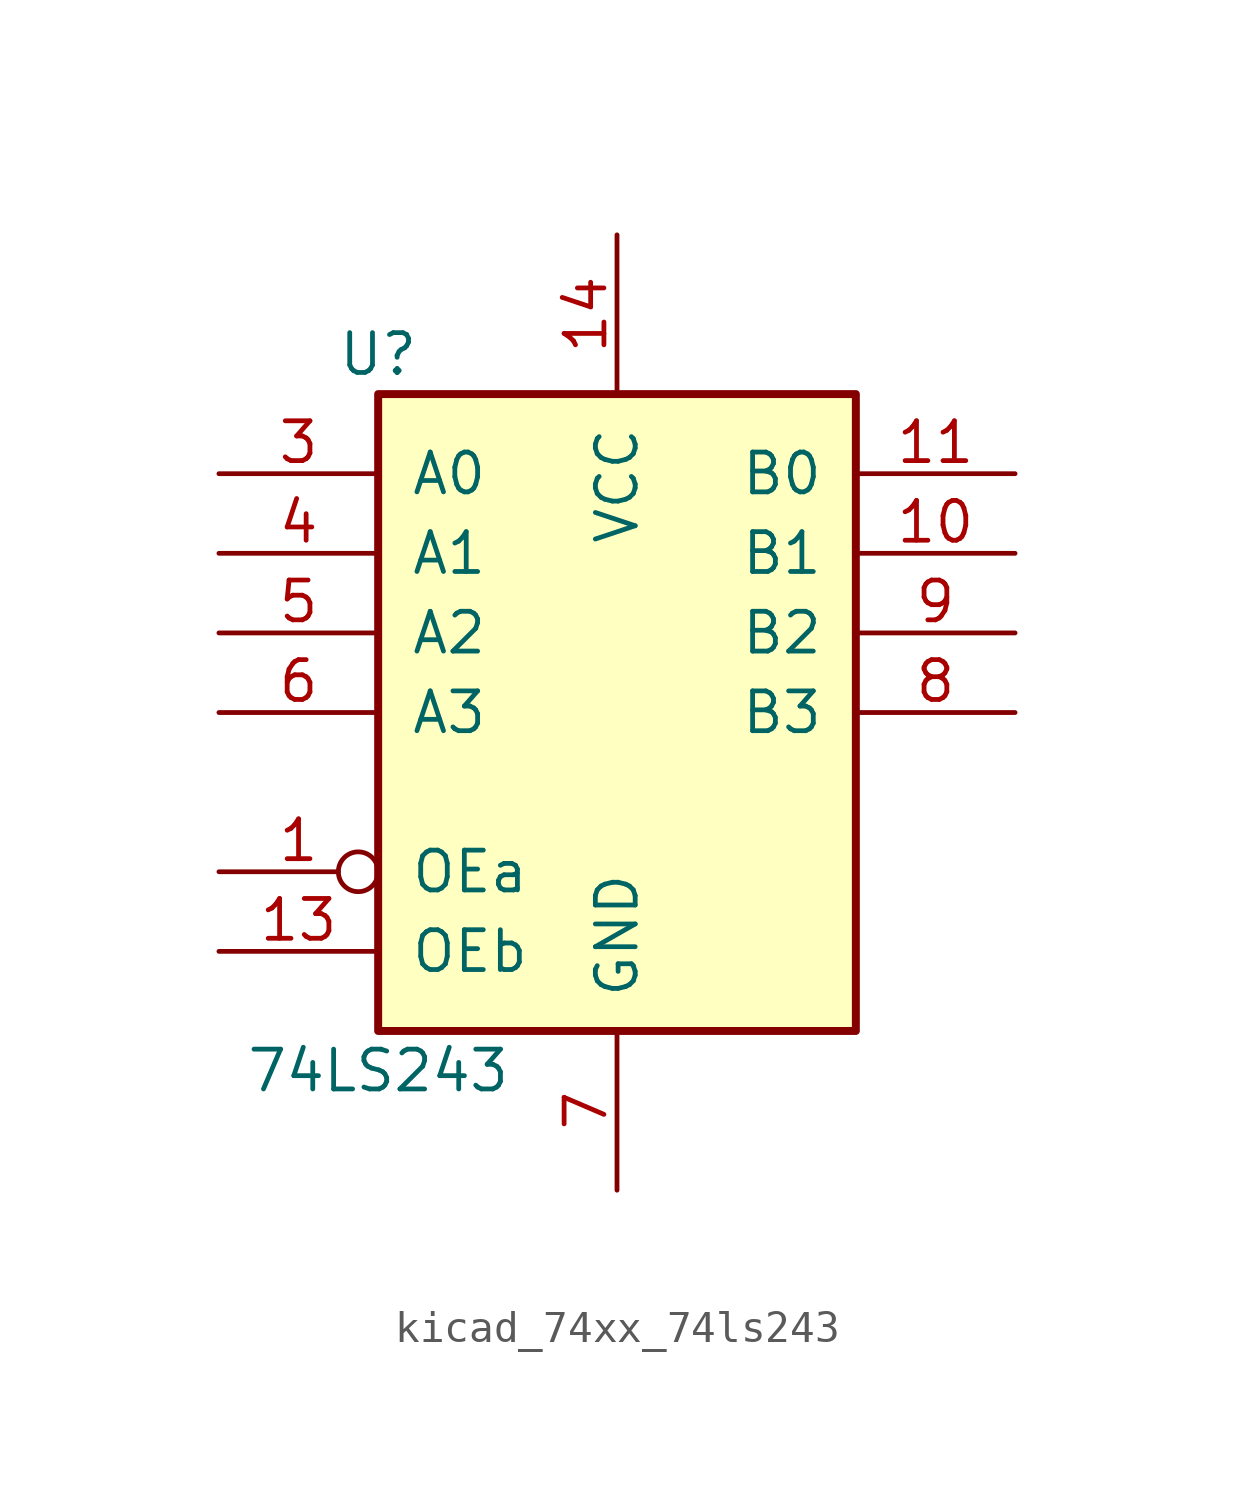
<source format=kicad_sym>
(kicad_symbol_lib
  (version 20220914)
  (generator kicad_symbol_editor)
  (symbol "kicad_74xx_74ls243"
    (pin_names
      (offset 1.016))
    (property "Reference" "U"
      (at -7.62 11.43 0)
      (effects (font (size 1.27 1.27))))
    (property "Value" "74LS243"
      (at -7.62 -11.43 0)
      (effects (font (size 1.27 1.27))))
    (property "ki_locked" ""
      (at 0 0 0)
      (effects (font (size 1.27 1.27))))
    (symbol "kicad_74xx_74ls243_1_0"
      (pin input inverted (at -12.7 -5.08 0) (length 5.08) (name "OEa" (effects (font (size 1.27 1.27)))) (number "1" (effects (font (size 1.27 1.27)))))
      (pin tri_state line (at 12.7 5.08 180) (length 5.08) (name "B1" (effects (font (size 1.27 1.27)))) (number "10" (effects (font (size 1.27 1.27)))))
      (pin tri_state line (at 12.7 7.62 180) (length 5.08) (name "B0" (effects (font (size 1.27 1.27)))) (number "11" (effects (font (size 1.27 1.27)))))
      (pin input line (at -12.7 -7.62 0) (length 5.08) (name "OEb" (effects (font (size 1.27 1.27)))) (number "13" (effects (font (size 1.27 1.27)))))
      (pin power_in line (at 0 15.24 270) (length 5.08) (name "VCC" (effects (font (size 1.27 1.27)))) (number "14" (effects (font (size 1.27 1.27)))))
      (pin input line (at -12.7 7.62 0) (length 5.08) (name "A0" (effects (font (size 1.27 1.27)))) (number "3" (effects (font (size 1.27 1.27)))))
      (pin input line (at -12.7 5.08 0) (length 5.08) (name "A1" (effects (font (size 1.27 1.27)))) (number "4" (effects (font (size 1.27 1.27)))))
      (pin input line (at -12.7 2.54 0) (length 5.08) (name "A2" (effects (font (size 1.27 1.27)))) (number "5" (effects (font (size 1.27 1.27)))))
      (pin input line (at -12.7 0 0) (length 5.08) (name "A3" (effects (font (size 1.27 1.27)))) (number "6" (effects (font (size 1.27 1.27)))))
      (pin power_in line (at 0 -15.24 90) (length 5.08) (name "GND" (effects (font (size 1.27 1.27)))) (number "7" (effects (font (size 1.27 1.27)))))
      (pin tri_state line (at 12.7 0 180) (length 5.08) (name "B3" (effects (font (size 1.27 1.27)))) (number "8" (effects (font (size 1.27 1.27)))))
      (pin tri_state line (at 12.7 2.54 180) (length 5.08) (name "B2" (effects (font (size 1.27 1.27)))) (number "9" (effects (font (size 1.27 1.27))))))
    (symbol "kicad_74xx_74ls243_1_1"
      (rectangle (start -7.62 10.16) (end 7.62 -10.16) (stroke (width 0.254) (type default)) (fill (type background))))))
</source>
